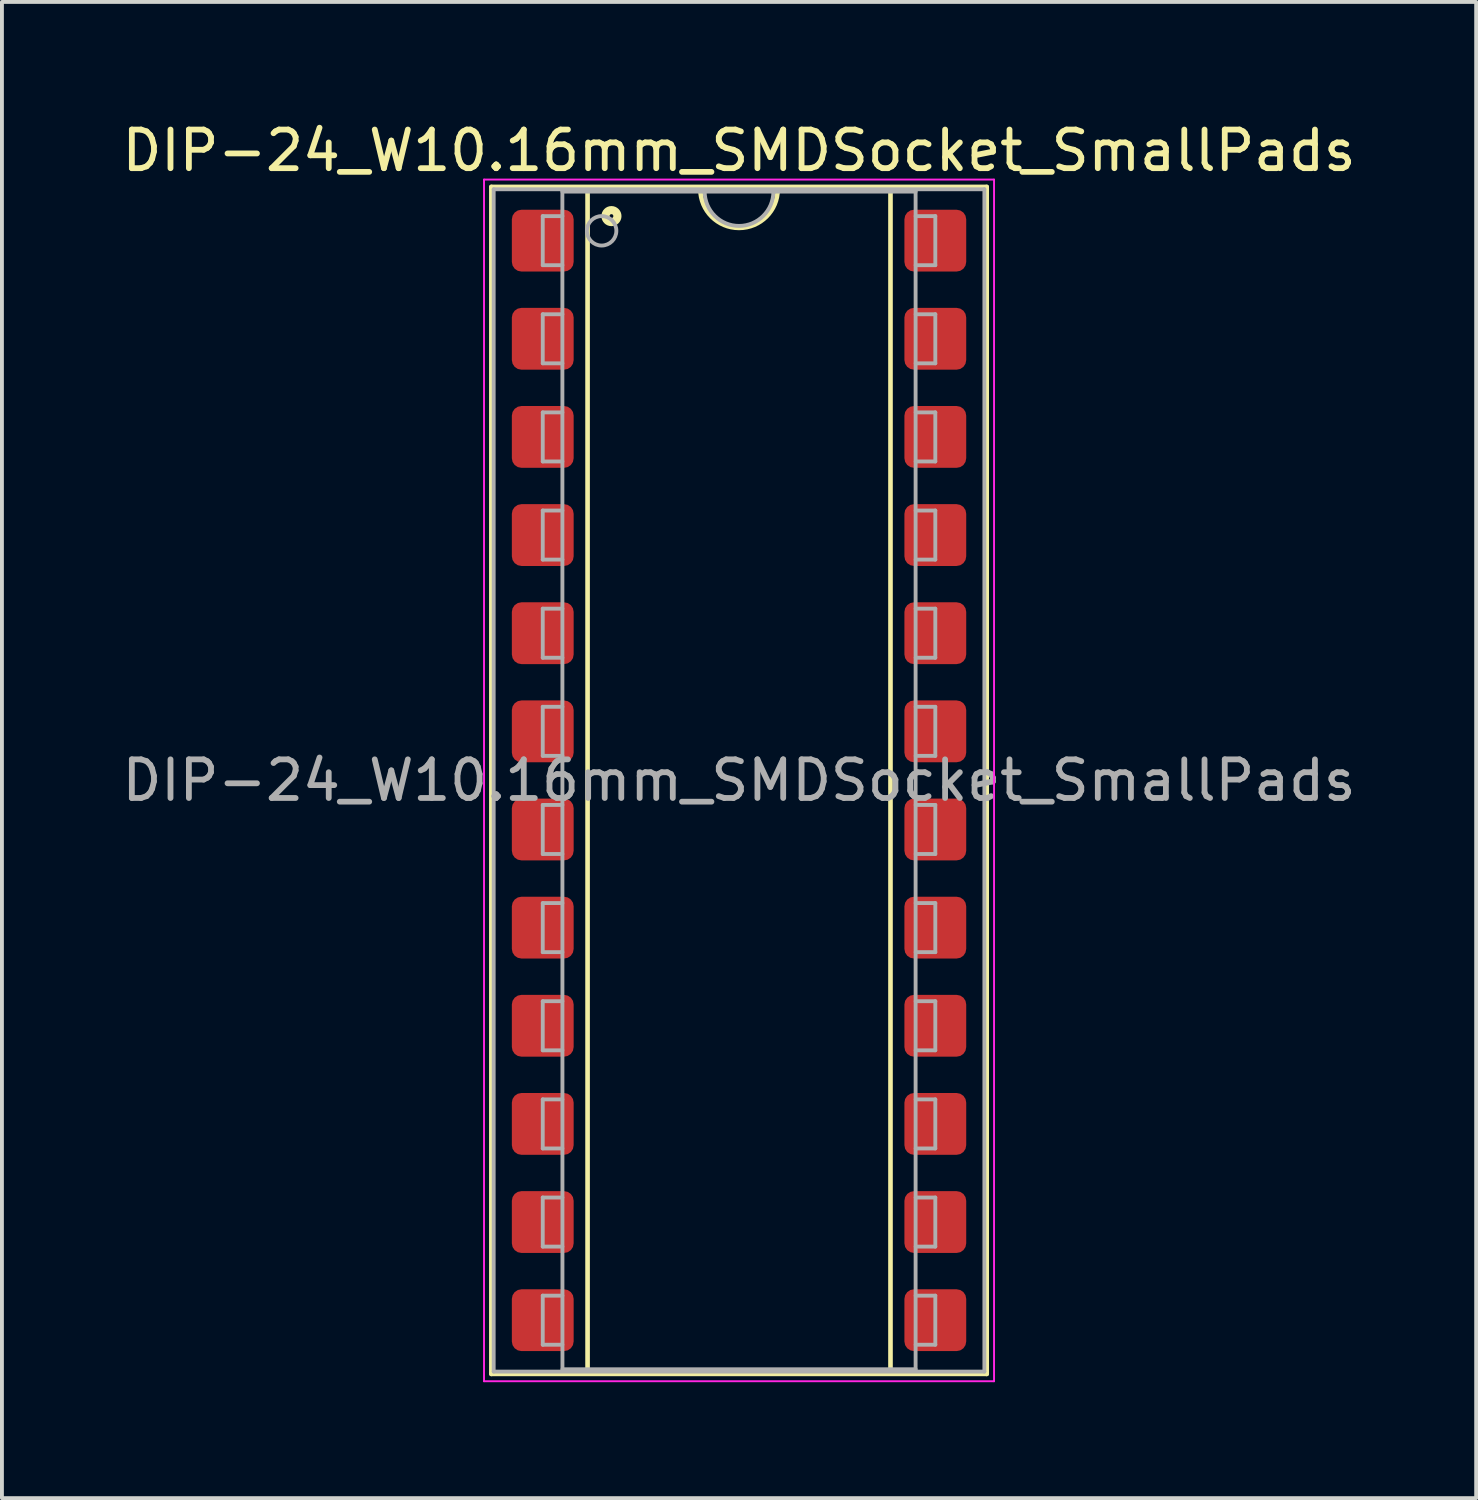
<source format=kicad_pcb>
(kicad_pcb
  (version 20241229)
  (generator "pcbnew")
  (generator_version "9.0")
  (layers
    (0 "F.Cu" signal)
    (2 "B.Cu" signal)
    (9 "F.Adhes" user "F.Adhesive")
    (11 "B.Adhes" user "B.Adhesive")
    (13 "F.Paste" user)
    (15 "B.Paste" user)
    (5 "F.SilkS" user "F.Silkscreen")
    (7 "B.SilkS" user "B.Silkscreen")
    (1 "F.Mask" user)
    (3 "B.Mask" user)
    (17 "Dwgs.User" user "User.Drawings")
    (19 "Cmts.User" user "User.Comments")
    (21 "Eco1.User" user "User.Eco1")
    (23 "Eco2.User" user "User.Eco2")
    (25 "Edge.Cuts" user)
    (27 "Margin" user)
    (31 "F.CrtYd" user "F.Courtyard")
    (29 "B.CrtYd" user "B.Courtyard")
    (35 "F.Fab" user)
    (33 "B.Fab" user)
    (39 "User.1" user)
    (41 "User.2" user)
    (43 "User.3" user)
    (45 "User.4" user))
  (footprint "DIP-24_W10.16mm_SMDSocket_SmallPads"
    (layer "F.Cu")
    (at 16.077 17.148)
    (property "Reference" "DIP-24_W10.16mm_SMDSocket_SmallPads" (at 0 -16.3 0) (layer "F.SilkS") (effects (font (size 1 1) (thickness 0.15))))
    (attr smd)
    (fp_line (start -6.41 -15.36) (end -6.41 15.36) (stroke (width 0.12) (type solid)) (layer "F.SilkS"))
    (fp_line (start -6.41 15.36) (end 6.41 15.36) (stroke (width 0.12) (type solid)) (layer "F.SilkS"))
    (fp_line (start -3.92 -15.3) (end -3.92 15.3) (stroke (width 0.12) (type solid)) (layer "F.SilkS"))
    (fp_line (start -3.92 15.3) (end 3.92 15.3) (stroke (width 0.12) (type solid)) (layer "F.SilkS"))
    (fp_line (start -1 -15.3) (end -3.92 -15.3) (stroke (width 0.12) (type solid)) (layer "F.SilkS"))
    (fp_line (start 3.92 -15.3) (end 1 -15.3) (stroke (width 0.12) (type solid)) (layer "F.SilkS"))
    (fp_line (start 3.92 15.3) (end 3.92 -15.3) (stroke (width 0.12) (type solid)) (layer "F.SilkS"))
    (fp_line (start 6.41 -15.36) (end -6.41 -15.36) (stroke (width 0.12) (type solid)) (layer "F.SilkS"))
    (fp_line (start 6.41 15.36) (end 6.41 -15.36) (stroke (width 0.12) (type solid)) (layer "F.SilkS"))
    (fp_arc (start 1 -15.3) (mid 0 -14.3) (end -1 -15.3) (stroke (width 0.12) (type solid)) (layer "F.SilkS"))
    (fp_circle (center -3.302 -14.605) (end -3.252 -14.605) (stroke (width 0.12) (type solid)) (fill no) (layer "F.SilkS"))
    (fp_circle (center -3.302 -14.605) (end -3.177 -14.605) (stroke (width 0.12) (type solid)) (fill no) (layer "F.SilkS"))
    (fp_circle (center -3.302 -14.605) (end -3.102 -14.605) (stroke (width 0.12) (type solid)) (fill no) (layer "F.SilkS"))
    (fp_line (start -6.6 -15.55) (end -6.6 15.55) (stroke (width 0.05) (type solid)) (layer "F.CrtYd"))
    (fp_line (start -6.6 15.55) (end 6.6 15.55) (stroke (width 0.05) (type solid)) (layer "F.CrtYd"))
    (fp_line (start 6.6 -15.55) (end -6.6 -15.55) (stroke (width 0.05) (type solid)) (layer "F.CrtYd"))
    (fp_line (start 6.6 15.55) (end 6.6 -15.55) (stroke (width 0.05) (type solid)) (layer "F.CrtYd"))
    (fp_line (start -6.35 -15.3) (end -6.35 15.3) (stroke (width 0.1) (type solid)) (layer "F.Fab"))
    (fp_line (start -6.35 15.3) (end 6.35 15.3) (stroke (width 0.1) (type solid)) (layer "F.Fab"))
    (fp_line (start -5.08 -14.605) (end -5.08 -13.335) (stroke (width 0.1) (type solid)) (layer "F.Fab"))
    (fp_line (start -5.08 -14.605) (end -4.572 -14.605) (stroke (width 0.1) (type solid)) (layer "F.Fab"))
    (fp_line (start -5.08 -13.335) (end -4.572 -13.335) (stroke (width 0.1) (type solid)) (layer "F.Fab"))
    (fp_line (start -5.08 -12.065) (end -5.08 -10.795) (stroke (width 0.1) (type solid)) (layer "F.Fab"))
    (fp_line (start -5.08 -12.065) (end -4.572 -12.065) (stroke (width 0.1) (type solid)) (layer "F.Fab"))
    (fp_line (start -5.08 -10.795) (end -4.572 -10.795) (stroke (width 0.1) (type solid)) (layer "F.Fab"))
    (fp_line (start -5.08 -9.525) (end -5.08 -8.255) (stroke (width 0.1) (type solid)) (layer "F.Fab"))
    (fp_line (start -5.08 -9.525) (end -4.572 -9.525) (stroke (width 0.1) (type solid)) (layer "F.Fab"))
    (fp_line (start -5.08 -8.255) (end -4.572 -8.255) (stroke (width 0.1) (type solid)) (layer "F.Fab"))
    (fp_line (start -5.08 -6.985) (end -5.08 -5.715) (stroke (width 0.1) (type solid)) (layer "F.Fab"))
    (fp_line (start -5.08 -6.985) (end -4.572 -6.985) (stroke (width 0.1) (type solid)) (layer "F.Fab"))
    (fp_line (start -5.08 -5.715) (end -4.572 -5.715) (stroke (width 0.1) (type solid)) (layer "F.Fab"))
    (fp_line (start -5.08 -4.445) (end -5.08 -3.175) (stroke (width 0.1) (type solid)) (layer "F.Fab"))
    (fp_line (start -5.08 -4.445) (end -4.572 -4.445) (stroke (width 0.1) (type solid)) (layer "F.Fab"))
    (fp_line (start -5.08 -3.175) (end -4.572 -3.175) (stroke (width 0.1) (type solid)) (layer "F.Fab"))
    (fp_line (start -5.08 -1.905) (end -5.08 -0.635) (stroke (width 0.1) (type solid)) (layer "F.Fab"))
    (fp_line (start -5.08 -1.905) (end -4.572 -1.905) (stroke (width 0.1) (type solid)) (layer "F.Fab"))
    (fp_line (start -5.08 -0.635) (end -4.572 -0.635) (stroke (width 0.1) (type solid)) (layer "F.Fab"))
    (fp_line (start -5.08 0.635) (end -5.08 1.905) (stroke (width 0.1) (type solid)) (layer "F.Fab"))
    (fp_line (start -5.08 0.635) (end -4.572 0.635) (stroke (width 0.1) (type solid)) (layer "F.Fab"))
    (fp_line (start -5.08 1.905) (end -4.572 1.905) (stroke (width 0.1) (type solid)) (layer "F.Fab"))
    (fp_line (start -5.08 3.175) (end -5.08 4.445) (stroke (width 0.1) (type solid)) (layer "F.Fab"))
    (fp_line (start -5.08 3.175) (end -4.572 3.175) (stroke (width 0.1) (type solid)) (layer "F.Fab"))
    (fp_line (start -5.08 4.445) (end -4.572 4.445) (stroke (width 0.1) (type solid)) (layer "F.Fab"))
    (fp_line (start -5.08 5.715) (end -5.08 6.985) (stroke (width 0.1) (type solid)) (layer "F.Fab"))
    (fp_line (start -5.08 5.715) (end -4.572 5.715) (stroke (width 0.1) (type solid)) (layer "F.Fab"))
    (fp_line (start -5.08 6.985) (end -4.572 6.985) (stroke (width 0.1) (type solid)) (layer "F.Fab"))
    (fp_line (start -5.08 8.255) (end -5.08 9.525) (stroke (width 0.1) (type solid)) (layer "F.Fab"))
    (fp_line (start -5.08 8.255) (end -4.572 8.255) (stroke (width 0.1) (type solid)) (layer "F.Fab"))
    (fp_line (start -5.08 9.525) (end -4.572 9.525) (stroke (width 0.1) (type solid)) (layer "F.Fab"))
    (fp_line (start -5.08 10.795) (end -5.08 12.065) (stroke (width 0.1) (type solid)) (layer "F.Fab"))
    (fp_line (start -5.08 10.795) (end -4.572 10.795) (stroke (width 0.1) (type solid)) (layer "F.Fab"))
    (fp_line (start -5.08 12.065) (end -4.572 12.065) (stroke (width 0.1) (type solid)) (layer "F.Fab"))
    (fp_line (start -5.08 13.335) (end -5.08 14.605) (stroke (width 0.1) (type solid)) (layer "F.Fab"))
    (fp_line (start -5.08 13.335) (end -4.572 13.335) (stroke (width 0.1) (type solid)) (layer "F.Fab"))
    (fp_line (start -5.08 14.605) (end -4.572 14.605) (stroke (width 0.1) (type solid)) (layer "F.Fab"))
    (fp_line (start -4.572 -15.24) (end 4.57 -15.24) (stroke (width 0.1) (type solid)) (layer "F.Fab"))
    (fp_line (start -4.57 15.24) (end -4.572 -15.24) (stroke (width 0.1) (type solid)) (layer "F.Fab"))
    (fp_line (start 4.57 -15.24) (end 4.57 15.24) (stroke (width 0.1) (type solid)) (layer "F.Fab"))
    (fp_line (start 4.57 15.24) (end -4.57 15.24) (stroke (width 0.1) (type solid)) (layer "F.Fab"))
    (fp_line (start 5.08 -14.605) (end 4.572 -14.605) (stroke (width 0.1) (type solid)) (layer "F.Fab"))
    (fp_line (start 5.08 -13.335) (end 4.572 -13.335) (stroke (width 0.1) (type solid)) (layer "F.Fab"))
    (fp_line (start 5.08 -13.335) (end 5.08 -14.605) (stroke (width 0.1) (type solid)) (layer "F.Fab"))
    (fp_line (start 5.08 -12.065) (end 4.572 -12.065) (stroke (width 0.1) (type solid)) (layer "F.Fab"))
    (fp_line (start 5.08 -10.795) (end 4.572 -10.795) (stroke (width 0.1) (type solid)) (layer "F.Fab"))
    (fp_line (start 5.08 -10.795) (end 5.08 -12.065) (stroke (width 0.1) (type solid)) (layer "F.Fab"))
    (fp_line (start 5.08 -9.525) (end 4.572 -9.525) (stroke (width 0.1) (type solid)) (layer "F.Fab"))
    (fp_line (start 5.08 -8.255) (end 4.572 -8.255) (stroke (width 0.1) (type solid)) (layer "F.Fab"))
    (fp_line (start 5.08 -8.255) (end 5.08 -9.525) (stroke (width 0.1) (type solid)) (layer "F.Fab"))
    (fp_line (start 5.08 -6.985) (end 4.572 -6.985) (stroke (width 0.1) (type solid)) (layer "F.Fab"))
    (fp_line (start 5.08 -5.715) (end 4.572 -5.715) (stroke (width 0.1) (type solid)) (layer "F.Fab"))
    (fp_line (start 5.08 -5.715) (end 5.08 -6.985) (stroke (width 0.1) (type solid)) (layer "F.Fab"))
    (fp_line (start 5.08 -4.445) (end 4.572 -4.445) (stroke (width 0.1) (type solid)) (layer "F.Fab"))
    (fp_line (start 5.08 -3.175) (end 4.572 -3.175) (stroke (width 0.1) (type solid)) (layer "F.Fab"))
    (fp_line (start 5.08 -3.175) (end 5.08 -4.445) (stroke (width 0.1) (type solid)) (layer "F.Fab"))
    (fp_line (start 5.08 -1.905) (end 4.572 -1.905) (stroke (width 0.1) (type solid)) (layer "F.Fab"))
    (fp_line (start 5.08 -0.635) (end 4.572 -0.635) (stroke (width 0.1) (type solid)) (layer "F.Fab"))
    (fp_line (start 5.08 -0.635) (end 5.08 -1.905) (stroke (width 0.1) (type solid)) (layer "F.Fab"))
    (fp_line (start 5.08 0.635) (end 4.572 0.635) (stroke (width 0.1) (type solid)) (layer "F.Fab"))
    (fp_line (start 5.08 1.905) (end 4.572 1.905) (stroke (width 0.1) (type solid)) (layer "F.Fab"))
    (fp_line (start 5.08 1.905) (end 5.08 0.635) (stroke (width 0.1) (type solid)) (layer "F.Fab"))
    (fp_line (start 5.08 3.175) (end 4.572 3.175) (stroke (width 0.1) (type solid)) (layer "F.Fab"))
    (fp_line (start 5.08 4.445) (end 4.572 4.445) (stroke (width 0.1) (type solid)) (layer "F.Fab"))
    (fp_line (start 5.08 4.445) (end 5.08 3.175) (stroke (width 0.1) (type solid)) (layer "F.Fab"))
    (fp_line (start 5.08 5.715) (end 4.572 5.715) (stroke (width 0.1) (type solid)) (layer "F.Fab"))
    (fp_line (start 5.08 6.985) (end 4.572 6.985) (stroke (width 0.1) (type solid)) (layer "F.Fab"))
    (fp_line (start 5.08 6.985) (end 5.08 5.715) (stroke (width 0.1) (type solid)) (layer "F.Fab"))
    (fp_line (start 5.08 8.255) (end 4.572 8.255) (stroke (width 0.1) (type solid)) (layer "F.Fab"))
    (fp_line (start 5.08 9.525) (end 4.572 9.525) (stroke (width 0.1) (type solid)) (layer "F.Fab"))
    (fp_line (start 5.08 9.525) (end 5.08 8.255) (stroke (width 0.1) (type solid)) (layer "F.Fab"))
    (fp_line (start 5.08 10.795) (end 4.572 10.795) (stroke (width 0.1) (type solid)) (layer "F.Fab"))
    (fp_line (start 5.08 12.065) (end 4.572 12.065) (stroke (width 0.1) (type solid)) (layer "F.Fab"))
    (fp_line (start 5.08 12.065) (end 5.08 10.795) (stroke (width 0.1) (type solid)) (layer "F.Fab"))
    (fp_line (start 5.08 13.335) (end 4.572 13.335) (stroke (width 0.1) (type solid)) (layer "F.Fab"))
    (fp_line (start 5.08 14.605) (end 4.572 14.605) (stroke (width 0.1) (type solid)) (layer "F.Fab"))
    (fp_line (start 5.08 14.605) (end 5.08 13.335) (stroke (width 0.1) (type solid)) (layer "F.Fab"))
    (fp_line (start 6.35 -15.3) (end -6.35 -15.3) (stroke (width 0.1) (type solid)) (layer "F.Fab"))
    (fp_line (start 6.35 15.3) (end 6.35 -15.3) (stroke (width 0.1) (type solid)) (layer "F.Fab"))
    (fp_arc (start 0.889 -15.24) (mid 0 -14.351) (end -0.889 -15.24) (stroke (width 0.1) (type solid)) (layer "F.Fab"))
    (fp_circle (center -3.556 -14.224) (end -3.175 -14.224) (stroke (width 0.1) (type solid)) (fill no) (layer "F.Fab"))
    (fp_text user "${REFERENCE}" (at 0 0 0) (layer "F.Fab") (effects (font (size 1 1) (thickness 0.15))))
    (pad "1" smd roundrect (at -5.08 -13.97) (size 1.6 1.6) (layers "F.Cu" "F.Mask" "F.Paste") (roundrect_rratio 0.156))
    (pad "2" smd roundrect (at -5.08 -11.43) (size 1.6 1.6) (layers "F.Cu" "F.Mask" "F.Paste") (roundrect_rratio 0.156))
    (pad "3" smd roundrect (at -5.08 -8.89) (size 1.6 1.6) (layers "F.Cu" "F.Mask" "F.Paste") (roundrect_rratio 0.156))
    (pad "4" smd roundrect (at -5.08 -6.35) (size 1.6 1.6) (layers "F.Cu" "F.Mask" "F.Paste") (roundrect_rratio 0.156))
    (pad "5" smd roundrect (at -5.08 -3.81) (size 1.6 1.6) (layers "F.Cu" "F.Mask" "F.Paste") (roundrect_rratio 0.156))
    (pad "6" smd roundrect (at -5.08 -1.27) (size 1.6 1.6) (layers "F.Cu" "F.Mask" "F.Paste") (roundrect_rratio 0.156))
    (pad "7" smd roundrect (at -5.08 1.27) (size 1.6 1.6) (layers "F.Cu" "F.Mask" "F.Paste") (roundrect_rratio 0.156))
    (pad "8" smd roundrect (at -5.08 3.81) (size 1.6 1.6) (layers "F.Cu" "F.Mask" "F.Paste") (roundrect_rratio 0.156))
    (pad "9" smd roundrect (at -5.08 6.35) (size 1.6 1.6) (layers "F.Cu" "F.Mask" "F.Paste") (roundrect_rratio 0.156))
    (pad "10" smd roundrect (at -5.08 8.89) (size 1.6 1.6) (layers "F.Cu" "F.Mask" "F.Paste") (roundrect_rratio 0.156))
    (pad "11" smd roundrect (at -5.08 11.43) (size 1.6 1.6) (layers "F.Cu" "F.Mask" "F.Paste") (roundrect_rratio 0.156))
    (pad "12" smd roundrect (at -5.08 13.97) (size 1.6 1.6) (layers "F.Cu" "F.Mask" "F.Paste") (roundrect_rratio 0.156))
    (pad "13" smd roundrect (at 5.08 13.97) (size 1.6 1.6) (layers "F.Cu" "F.Mask" "F.Paste") (roundrect_rratio 0.156))
    (pad "14" smd roundrect (at 5.08 11.43) (size 1.6 1.6) (layers "F.Cu" "F.Mask" "F.Paste") (roundrect_rratio 0.156))
    (pad "15" smd roundrect (at 5.08 8.89) (size 1.6 1.6) (layers "F.Cu" "F.Mask" "F.Paste") (roundrect_rratio 0.156))
    (pad "16" smd roundrect (at 5.08 6.35) (size 1.6 1.6) (layers "F.Cu" "F.Mask" "F.Paste") (roundrect_rratio 0.156))
    (pad "17" smd roundrect (at 5.08 3.81) (size 1.6 1.6) (layers "F.Cu" "F.Mask" "F.Paste") (roundrect_rratio 0.156))
    (pad "18" smd roundrect (at 5.08 1.27) (size 1.6 1.6) (layers "F.Cu" "F.Mask" "F.Paste") (roundrect_rratio 0.156))
    (pad "19" smd roundrect (at 5.08 -1.27) (size 1.6 1.6) (layers "F.Cu" "F.Mask" "F.Paste") (roundrect_rratio 0.156))
    (pad "20" smd roundrect (at 5.08 -3.81) (size 1.6 1.6) (layers "F.Cu" "F.Mask" "F.Paste") (roundrect_rratio 0.156))
    (pad "21" smd roundrect (at 5.08 -6.35) (size 1.6 1.6) (layers "F.Cu" "F.Mask" "F.Paste") (roundrect_rratio 0.156))
    (pad "22" smd roundrect (at 5.08 -8.89) (size 1.6 1.6) (layers "F.Cu" "F.Mask" "F.Paste") (roundrect_rratio 0.156))
    (pad "23" smd roundrect (at 5.08 -11.43) (size 1.6 1.6) (layers "F.Cu" "F.Mask" "F.Paste") (roundrect_rratio 0.156))
    (pad "24" smd roundrect (at 5.08 -13.97) (size 1.6 1.6) (layers "F.Cu" "F.Mask" "F.Paste") (roundrect_rratio 0.156)))
  (gr_rect
    (start -3 -3)
    (end 35.155 35.723)
    (stroke (width 0.1) (type default))
    (fill no)
    (layer "Edge.Cuts")))
</source>
